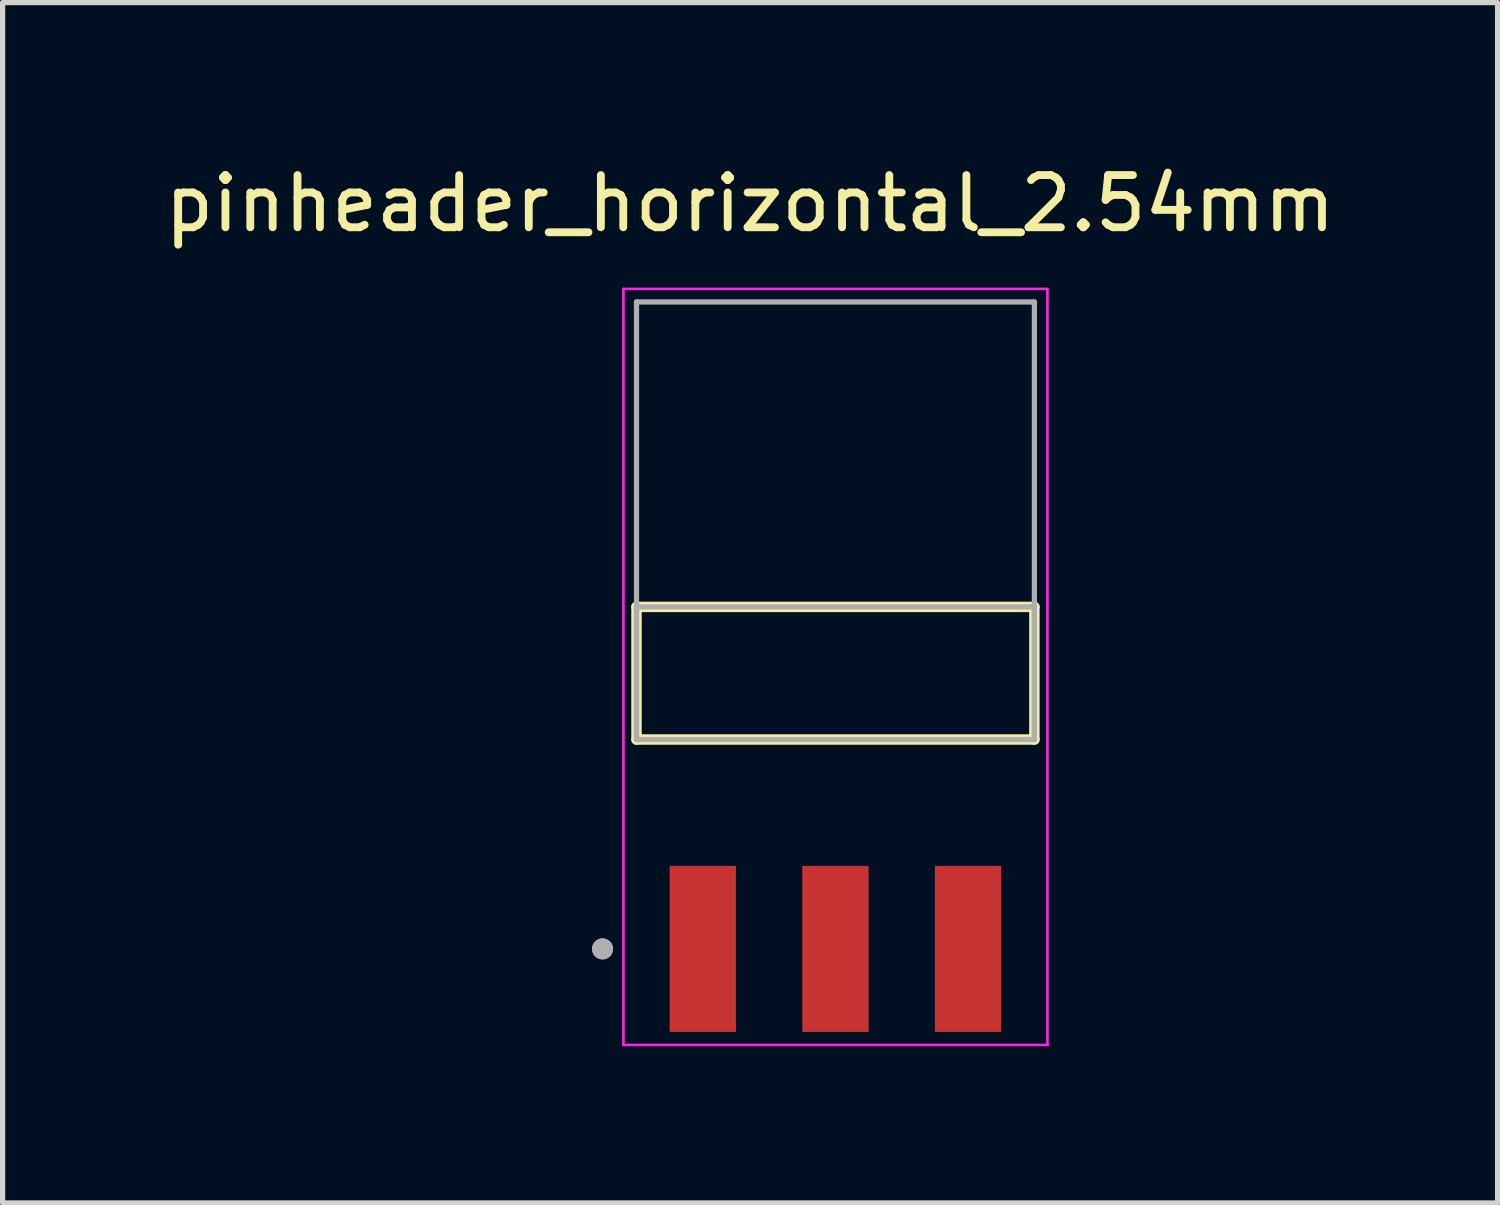
<source format=kicad_pcb>
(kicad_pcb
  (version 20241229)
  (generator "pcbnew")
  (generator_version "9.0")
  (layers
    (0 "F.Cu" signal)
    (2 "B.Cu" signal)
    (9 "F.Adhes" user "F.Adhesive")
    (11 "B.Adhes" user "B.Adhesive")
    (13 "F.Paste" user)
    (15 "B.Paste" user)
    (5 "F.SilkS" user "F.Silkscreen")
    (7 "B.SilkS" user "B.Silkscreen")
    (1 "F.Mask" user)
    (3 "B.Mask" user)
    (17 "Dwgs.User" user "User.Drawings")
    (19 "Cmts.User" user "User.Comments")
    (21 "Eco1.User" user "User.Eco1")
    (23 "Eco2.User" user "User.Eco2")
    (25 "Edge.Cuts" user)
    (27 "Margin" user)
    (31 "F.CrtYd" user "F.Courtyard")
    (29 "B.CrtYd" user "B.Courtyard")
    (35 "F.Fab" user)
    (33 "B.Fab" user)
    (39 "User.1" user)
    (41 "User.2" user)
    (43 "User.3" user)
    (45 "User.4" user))
  (footprint "pinheader_horizontal_2.54mm"
    (layer "F.Cu")
    (at 12.95 9.843)
    (property "Reference" "pinheader_horizontal_2.54mm" (at -1.635 -8.995 0) (layer "F.SilkS") (effects (font (size 1 1) (thickness 0.15))))
    (attr smd)
    (fp_line (start -3.81 1.27) (end -3.81 -1.27) (stroke (width 0.2) (type solid)) (layer "F.SilkS"))
    (fp_line (start 3.81 -1.27) (end -3.81 -1.27) (stroke (width 0.2) (type solid)) (layer "F.SilkS"))
    (fp_line (start 3.81 -1.27) (end 3.81 1.27) (stroke (width 0.2) (type solid)) (layer "F.SilkS"))
    (fp_line (start 3.81 1.27) (end -3.81 1.27) (stroke (width 0.2) (type solid)) (layer "F.SilkS"))
    (fp_circle (center -4.46 5.28) (end -4.36 5.28) (stroke (width 0.2) (type solid)) (fill no) (layer "F.SilkS"))
    (fp_line (start -4.06 -7.36) (end 4.06 -7.36) (stroke (width 0.05) (type solid)) (layer "F.CrtYd"))
    (fp_line (start -4.06 7.12) (end -4.06 -7.36) (stroke (width 0.05) (type solid)) (layer "F.CrtYd"))
    (fp_line (start 4.06 -7.36) (end 4.06 7.12) (stroke (width 0.05) (type solid)) (layer "F.CrtYd"))
    (fp_line (start 4.06 7.12) (end -4.06 7.12) (stroke (width 0.05) (type solid)) (layer "F.CrtYd"))
    (fp_line (start -3.81 -7.11) (end 3.81 -7.11) (stroke (width 0.1) (type solid)) (layer "F.Fab"))
    (fp_line (start -3.81 -1.27) (end 3.81 -1.27) (stroke (width 0.1) (type solid)) (layer "F.Fab"))
    (fp_line (start -3.81 1.27) (end -3.81 -7.11) (stroke (width 0.1) (type solid)) (layer "F.Fab"))
    (fp_line (start -3.81 1.27) (end -3.81 -1.27) (stroke (width 0.1) (type solid)) (layer "F.Fab"))
    (fp_line (start 3.81 -7.11) (end 3.81 1.27) (stroke (width 0.1) (type solid)) (layer "F.Fab"))
    (fp_line (start 3.81 -1.27) (end 3.81 1.27) (stroke (width 0.1) (type solid)) (layer "F.Fab"))
    (fp_line (start 3.81 1.27) (end -3.81 1.27) (stroke (width 0.1) (type solid)) (layer "F.Fab"))
    (fp_circle (center -4.46 5.28) (end -4.36 5.28) (stroke (width 0.2) (type solid)) (fill no) (layer "F.Fab"))
    (pad "01" smd rect (at -2.54 5.28) (size 1.27 3.18) (layers "F.Cu" "F.Mask" "F.Paste"))
    (pad "02" smd rect (at 0 5.28) (size 1.27 3.18) (layers "F.Cu" "F.Mask" "F.Paste"))
    (pad "03" smd rect (at 2.54 5.28) (size 1.27 3.18) (layers "F.Cu" "F.Mask" "F.Paste")))
  (gr_rect
    (start -3 -3)
    (end 25.631 19.988)
    (stroke (width 0.1) (type default))
    (fill no)
    (layer "Edge.Cuts")))
</source>
